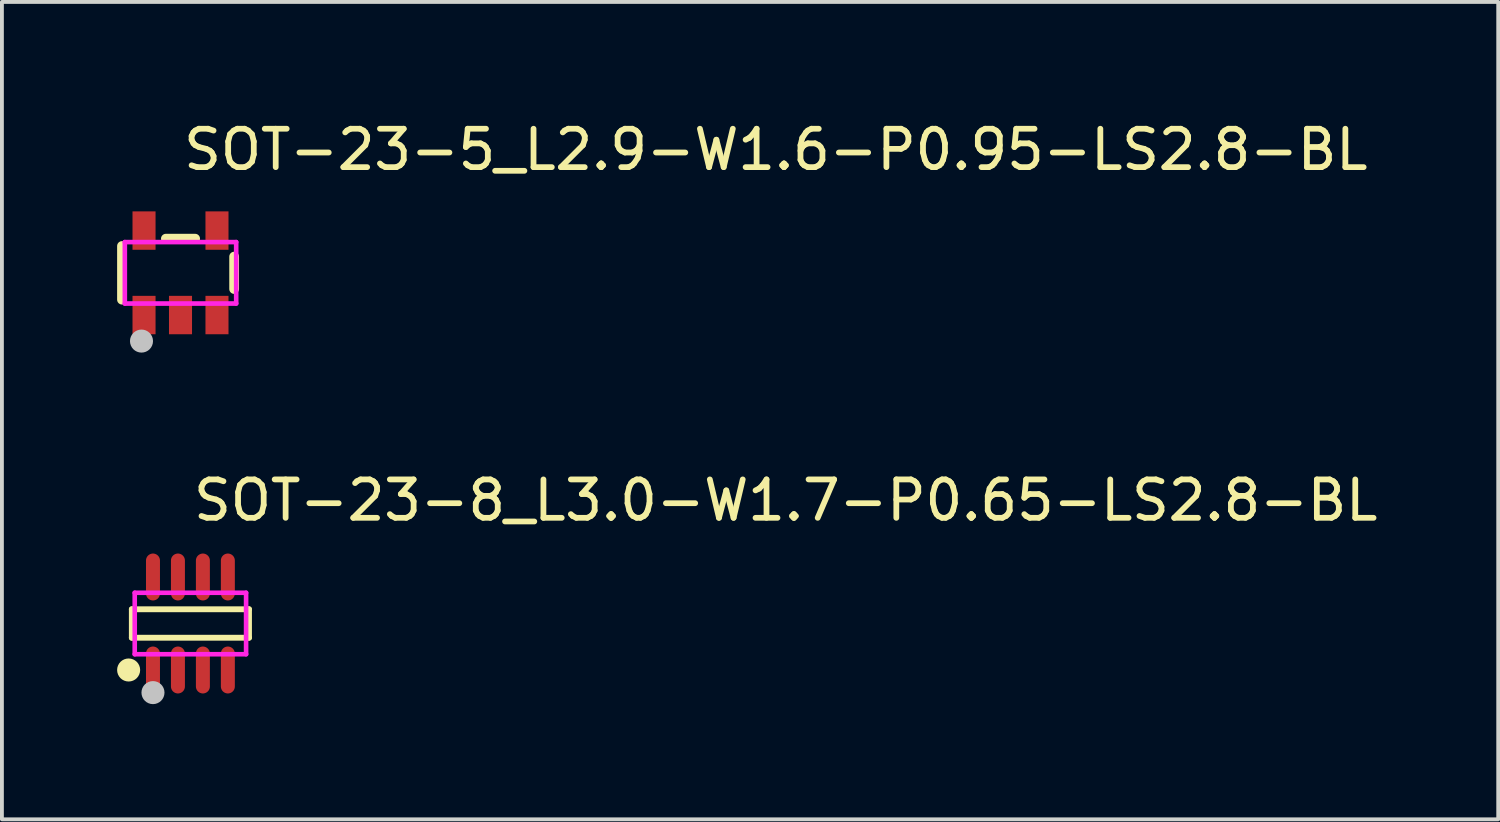
<source format=kicad_pcb>
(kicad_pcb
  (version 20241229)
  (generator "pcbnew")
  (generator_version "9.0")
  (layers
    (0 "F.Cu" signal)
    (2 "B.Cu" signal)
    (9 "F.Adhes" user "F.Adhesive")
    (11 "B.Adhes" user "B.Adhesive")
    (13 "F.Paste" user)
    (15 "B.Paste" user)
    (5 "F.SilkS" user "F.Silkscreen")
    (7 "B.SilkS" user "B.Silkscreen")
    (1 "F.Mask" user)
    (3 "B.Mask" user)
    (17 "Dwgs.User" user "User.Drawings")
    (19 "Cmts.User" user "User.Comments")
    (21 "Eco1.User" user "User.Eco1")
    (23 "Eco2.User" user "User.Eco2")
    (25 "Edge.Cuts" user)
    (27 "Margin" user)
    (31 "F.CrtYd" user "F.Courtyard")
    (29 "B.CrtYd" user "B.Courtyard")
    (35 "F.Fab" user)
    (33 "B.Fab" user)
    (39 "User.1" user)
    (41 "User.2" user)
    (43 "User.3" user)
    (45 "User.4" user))
  (footprint "SOT-23-5_L2.9-W1.6-P0.95-LS2.8-BL"
    (layer "F.Cu")
    (at 1.651 4.055)
    (property "Reference" "SOT-23-5_L2.9-W1.6-P0.95-LS2.8-BL" (at 0 -3.207 0) (layer "F.SilkS") (effects (font (size 1 1) (thickness 0.15)) (justify left)))
    (attr through_hole)
    (fp_line (start -1.524 -0.698) (end -1.524 0.699) (stroke (width 0.254) (type solid)) (layer "F.SilkS"))
    (fp_line (start -0.381 -0.889) (end 0.381 -0.889) (stroke (width 0.254) (type solid)) (layer "F.SilkS"))
    (fp_line (start 1.397 -0.422) (end 1.397 0.422) (stroke (width 0.254) (type solid)) (layer "F.SilkS"))
    (fp_circle (center -1.016 1.778) (end -0.866 1.778) (stroke (width 0.3) (type solid)) (fill no) (layer "Dwgs.User"))
    (fp_line (start -1.15 -0.96) (end -0.75 -0.96) (stroke (width 0.12) (type solid)) (layer "Eco2.User"))
    (fp_line (start -1.15 -0.79) (end -1.15 -0.96) (stroke (width 0.12) (type solid)) (layer "Eco2.User"))
    (fp_line (start -1.15 0.79) (end -0.75 0.79) (stroke (width 0.12) (type solid)) (layer "Eco2.User"))
    (fp_line (start -1.15 0.96) (end -1.15 0.79) (stroke (width 0.12) (type solid)) (layer "Eco2.User"))
    (fp_line (start -0.75 -0.96) (end -0.75 -0.79) (stroke (width 0.12) (type solid)) (layer "Eco2.User"))
    (fp_line (start -0.75 -0.79) (end -1.15 -0.79) (stroke (width 0.12) (type solid)) (layer "Eco2.User"))
    (fp_line (start -0.75 0.79) (end -0.75 0.96) (stroke (width 0.12) (type solid)) (layer "Eco2.User"))
    (fp_line (start -0.75 0.96) (end -1.15 0.96) (stroke (width 0.12) (type solid)) (layer "Eco2.User"))
    (fp_line (start -0.2 0.79) (end 0.2 0.79) (stroke (width 0.12) (type solid)) (layer "Eco2.User"))
    (fp_line (start -0.2 0.96) (end -0.2 0.79) (stroke (width 0.12) (type solid)) (layer "Eco2.User"))
    (fp_line (start 0.2 0.79) (end 0.2 0.96) (stroke (width 0.12) (type solid)) (layer "Eco2.User"))
    (fp_line (start 0.2 0.96) (end -0.2 0.96) (stroke (width 0.12) (type solid)) (layer "Eco2.User"))
    (fp_line (start 0.75 -0.96) (end 1.15 -0.96) (stroke (width 0.12) (type solid)) (layer "Eco2.User"))
    (fp_line (start 0.75 -0.79) (end 0.75 -0.96) (stroke (width 0.12) (type solid)) (layer "Eco2.User"))
    (fp_line (start 0.75 0.79) (end 1.15 0.79) (stroke (width 0.12) (type solid)) (layer "Eco2.User"))
    (fp_line (start 0.75 0.96) (end 0.75 0.79) (stroke (width 0.12) (type solid)) (layer "Eco2.User"))
    (fp_line (start 1.15 -0.96) (end 1.15 -0.79) (stroke (width 0.12) (type solid)) (layer "Eco2.User"))
    (fp_line (start 1.15 -0.79) (end 0.75 -0.79) (stroke (width 0.12) (type solid)) (layer "Eco2.User"))
    (fp_line (start 1.15 0.79) (end 1.15 0.96) (stroke (width 0.12) (type solid)) (layer "Eco2.User"))
    (fp_line (start 1.15 0.96) (end 0.75 0.96) (stroke (width 0.12) (type solid)) (layer "Eco2.User"))
    (fp_circle (center -1.45 1.4) (end -1.42 1.4) (stroke (width 0.06) (type solid)) (fill no) (layer "Eco2.User"))
    (fp_poly (pts (xy -1.15 -0.95) (xy -1.15 -1.4) (xy -0.75 -1.4) (xy -0.75 -0.95)) (stroke (width 0.12) (type solid)) (fill no) (layer "Eco2.User"))
    (fp_poly (pts (xy -1.15 1.4) (xy -1.15 0.95) (xy -0.75 0.95) (xy -0.75 1.4)) (stroke (width 0.12) (type solid)) (fill no) (layer "Eco2.User"))
    (fp_poly (pts (xy -0.2 1.4) (xy -0.2 0.95) (xy 0.2 0.95) (xy 0.2 1.4)) (stroke (width 0.12) (type solid)) (fill no) (layer "Eco2.User"))
    (fp_poly (pts (xy 0.75 -0.95) (xy 0.75 -1.4) (xy 1.15 -1.4) (xy 1.15 -0.95)) (stroke (width 0.12) (type solid)) (fill no) (layer "Eco2.User"))
    (fp_poly (pts (xy 0.75 1.4) (xy 0.75 0.95) (xy 1.15 0.95) (xy 1.15 1.4)) (stroke (width 0.12) (type solid)) (fill no) (layer "Eco2.User"))
    (fp_line (start -1.45 -0.8) (end 1.45 -0.8) (stroke (width 0.12) (type solid)) (layer "F.CrtYd"))
    (fp_line (start -1.45 0.8) (end -1.45 -0.8) (stroke (width 0.12) (type solid)) (layer "F.CrtYd"))
    (fp_line (start 1.45 -0.8) (end 1.45 0.8) (stroke (width 0.12) (type solid)) (layer "F.CrtYd"))
    (fp_line (start 1.45 0.8) (end -1.45 0.8) (stroke (width 0.12) (type solid)) (layer "F.CrtYd"))
    (pad "1" smd rect (at -0.95 1.1) (size 0.6 1) (layers "F.Cu" "F.Mask" "F.Paste"))
    (pad "2" smd rect (at 0 1.1) (size 0.6 1) (layers "F.Cu" "F.Mask" "F.Paste"))
    (pad "3" smd rect (at 0.95 1.1) (size 0.6 1) (layers "F.Cu" "F.Mask" "F.Paste"))
    (pad "4" smd rect (at 0.95 -1.1) (size 0.6 1) (layers "F.Cu" "F.Mask" "F.Paste"))
    (pad "5" smd rect (at -0.95 -1.1) (size 0.6 1) (layers "F.Cu" "F.Mask" "F.Paste")))
  (footprint "SOT-23-8_L3.0-W1.7-P0.65-LS2.8-BL"
    (layer "F.Cu")
    (at 1.909 13.188)
    (property "Reference" "SOT-23-8_L3.0-W1.7-P0.65-LS2.8-BL" (at 0 -3.207 0) (layer "F.SilkS") (effects (font (size 1 1) (thickness 0.15)) (justify left)))
    (attr smd)
    (fp_line (start -1.526 -0.371) (end 1.526 -0.371) (stroke (width 0.152) (type solid)) (layer "F.SilkS"))
    (fp_line (start -1.526 0.371) (end -1.526 -0.371) (stroke (width 0.152) (type solid)) (layer "F.SilkS"))
    (fp_line (start 1.526 -0.371) (end 1.526 0.371) (stroke (width 0.152) (type solid)) (layer "F.SilkS"))
    (fp_line (start 1.526 0.371) (end -1.526 0.371) (stroke (width 0.152) (type solid)) (layer "F.SilkS"))
    (fp_circle (center -1.609 1.211) (end -1.459 1.211) (stroke (width 0.3) (type solid)) (fill no) (layer "F.SilkS"))
    (fp_circle (center -0.975 1.8) (end -0.825 1.8) (stroke (width 0.3) (type solid)) (fill no) (layer "Dwgs.User"))
    (fp_line (start -1.12 -1.01) (end -1.12 -0.79) (stroke (width 0.12) (type solid)) (layer "Eco2.User"))
    (fp_line (start -1.12 -0.79) (end -0.83 -0.79) (stroke (width 0.12) (type solid)) (layer "Eco2.User"))
    (fp_line (start -1.12 0.79) (end -0.83 0.79) (stroke (width 0.12) (type solid)) (layer "Eco2.User"))
    (fp_line (start -1.12 1.01) (end -1.12 0.79) (stroke (width 0.12) (type solid)) (layer "Eco2.User"))
    (fp_line (start -0.83 -1.01) (end -1.12 -1.01) (stroke (width 0.12) (type solid)) (layer "Eco2.User"))
    (fp_line (start -0.83 -0.79) (end -0.83 -1.01) (stroke (width 0.12) (type solid)) (layer "Eco2.User"))
    (fp_line (start -0.83 0.79) (end -0.83 1.01) (stroke (width 0.12) (type solid)) (layer "Eco2.User"))
    (fp_line (start -0.83 1.01) (end -1.12 1.01) (stroke (width 0.12) (type solid)) (layer "Eco2.User"))
    (fp_line (start -0.47 -1.01) (end -0.47 -0.79) (stroke (width 0.12) (type solid)) (layer "Eco2.User"))
    (fp_line (start -0.47 -0.79) (end -0.18 -0.79) (stroke (width 0.12) (type solid)) (layer "Eco2.User"))
    (fp_line (start -0.47 0.79) (end -0.18 0.79) (stroke (width 0.12) (type solid)) (layer "Eco2.User"))
    (fp_line (start -0.47 1.01) (end -0.47 0.79) (stroke (width 0.12) (type solid)) (layer "Eco2.User"))
    (fp_line (start -0.18 -1.01) (end -0.47 -1.01) (stroke (width 0.12) (type solid)) (layer "Eco2.User"))
    (fp_line (start -0.18 -0.79) (end -0.18 -1.01) (stroke (width 0.12) (type solid)) (layer "Eco2.User"))
    (fp_line (start -0.18 0.79) (end -0.18 1.01) (stroke (width 0.12) (type solid)) (layer "Eco2.User"))
    (fp_line (start -0.18 1.01) (end -0.47 1.01) (stroke (width 0.12) (type solid)) (layer "Eco2.User"))
    (fp_line (start 0.18 -1.01) (end 0.18 -0.79) (stroke (width 0.12) (type solid)) (layer "Eco2.User"))
    (fp_line (start 0.18 -0.79) (end 0.47 -0.79) (stroke (width 0.12) (type solid)) (layer "Eco2.User"))
    (fp_line (start 0.18 0.79) (end 0.47 0.79) (stroke (width 0.12) (type solid)) (layer "Eco2.User"))
    (fp_line (start 0.18 1.01) (end 0.18 0.79) (stroke (width 0.12) (type solid)) (layer "Eco2.User"))
    (fp_line (start 0.47 -1.01) (end 0.18 -1.01) (stroke (width 0.12) (type solid)) (layer "Eco2.User"))
    (fp_line (start 0.47 -0.79) (end 0.47 -1.01) (stroke (width 0.12) (type solid)) (layer "Eco2.User"))
    (fp_line (start 0.47 0.79) (end 0.47 1.01) (stroke (width 0.12) (type solid)) (layer "Eco2.User"))
    (fp_line (start 0.47 1.01) (end 0.18 1.01) (stroke (width 0.12) (type solid)) (layer "Eco2.User"))
    (fp_line (start 0.83 -1.01) (end 0.83 -0.79) (stroke (width 0.12) (type solid)) (layer "Eco2.User"))
    (fp_line (start 0.83 -0.79) (end 1.12 -0.79) (stroke (width 0.12) (type solid)) (layer "Eco2.User"))
    (fp_line (start 0.83 0.79) (end 1.12 0.79) (stroke (width 0.12) (type solid)) (layer "Eco2.User"))
    (fp_line (start 0.83 1.01) (end 0.83 0.79) (stroke (width 0.12) (type solid)) (layer "Eco2.User"))
    (fp_line (start 1.12 -1.01) (end 0.83 -1.01) (stroke (width 0.12) (type solid)) (layer "Eco2.User"))
    (fp_line (start 1.12 -0.79) (end 1.12 -1.01) (stroke (width 0.12) (type solid)) (layer "Eco2.User"))
    (fp_line (start 1.12 0.79) (end 1.12 1.01) (stroke (width 0.12) (type solid)) (layer "Eco2.User"))
    (fp_line (start 1.12 1.01) (end 0.83 1.01) (stroke (width 0.12) (type solid)) (layer "Eco2.User"))
    (fp_circle (center -1.45 1.4) (end -1.42 1.4) (stroke (width 0.06) (type solid)) (fill no) (layer "Eco2.User"))
    (fp_poly (pts (xy -1.12 -1.4) (xy -1.12 -1) (xy -0.83 -1) (xy -0.83 -1.4)) (stroke (width 0.12) (type solid)) (fill no) (layer "Eco2.User"))
    (fp_poly (pts (xy -1.12 1.4) (xy -1.12 1) (xy -0.83 1) (xy -0.83 1.4)) (stroke (width 0.12) (type solid)) (fill no) (layer "Eco2.User"))
    (fp_poly (pts (xy -0.47 -1.4) (xy -0.47 -1) (xy -0.18 -1) (xy -0.18 -1.4)) (stroke (width 0.12) (type solid)) (fill no) (layer "Eco2.User"))
    (fp_poly (pts (xy -0.47 1.4) (xy -0.47 1) (xy -0.18 1) (xy -0.18 1.4)) (stroke (width 0.12) (type solid)) (fill no) (layer "Eco2.User"))
    (fp_poly (pts (xy 0.18 -1.4) (xy 0.18 -1) (xy 0.47 -1) (xy 0.47 -1.4)) (stroke (width 0.12) (type solid)) (fill no) (layer "Eco2.User"))
    (fp_poly (pts (xy 0.18 1.4) (xy 0.18 1) (xy 0.47 1) (xy 0.47 1.4)) (stroke (width 0.12) (type solid)) (fill no) (layer "Eco2.User"))
    (fp_poly (pts (xy 0.83 -1.4) (xy 0.83 -1) (xy 1.12 -1) (xy 1.12 -1.4)) (stroke (width 0.12) (type solid)) (fill no) (layer "Eco2.User"))
    (fp_poly (pts (xy 0.83 1.4) (xy 0.83 1) (xy 1.12 1) (xy 1.12 1.4)) (stroke (width 0.12) (type solid)) (fill no) (layer "Eco2.User"))
    (fp_line (start -1.45 -0.8) (end 1.45 -0.8) (stroke (width 0.12) (type solid)) (layer "F.CrtYd"))
    (fp_line (start -1.45 0.8) (end -1.45 -0.8) (stroke (width 0.12) (type solid)) (layer "F.CrtYd"))
    (fp_line (start 1.45 -0.8) (end 1.45 0.8) (stroke (width 0.12) (type solid)) (layer "F.CrtYd"))
    (fp_line (start 1.45 0.8) (end -1.45 0.8) (stroke (width 0.12) (type solid)) (layer "F.CrtYd"))
    (pad "1" smd oval (at -0.975 1.211) (size 0.364 1.222) (layers "F.Cu" "F.Mask" "F.Paste"))
    (pad "2" smd oval (at -0.325 1.211) (size 0.364 1.222) (layers "F.Cu" "F.Mask" "F.Paste"))
    (pad "3" smd oval (at 0.325 1.211) (size 0.364 1.222) (layers "F.Cu" "F.Mask" "F.Paste"))
    (pad "4" smd oval (at 0.975 1.211) (size 0.364 1.222) (layers "F.Cu" "F.Mask" "F.Paste"))
    (pad "5" smd oval (at 0.975 -1.211) (size 0.364 1.222) (layers "F.Cu" "F.Mask" "F.Paste"))
    (pad "6" smd oval (at 0.325 -1.211) (size 0.364 1.222) (layers "F.Cu" "F.Mask" "F.Paste"))
    (pad "7" smd oval (at -0.325 -1.211) (size 0.364 1.222) (layers "F.Cu" "F.Mask" "F.Paste"))
    (pad "8" smd oval (at -0.975 -1.211) (size 0.364 1.222) (layers "F.Cu" "F.Mask" "F.Paste")))
  (gr_rect
    (start -3 -3)
    (end 35.969 18.288)
    (stroke (width 0.1) (type default))
    (fill no)
    (layer "Edge.Cuts")))
</source>
